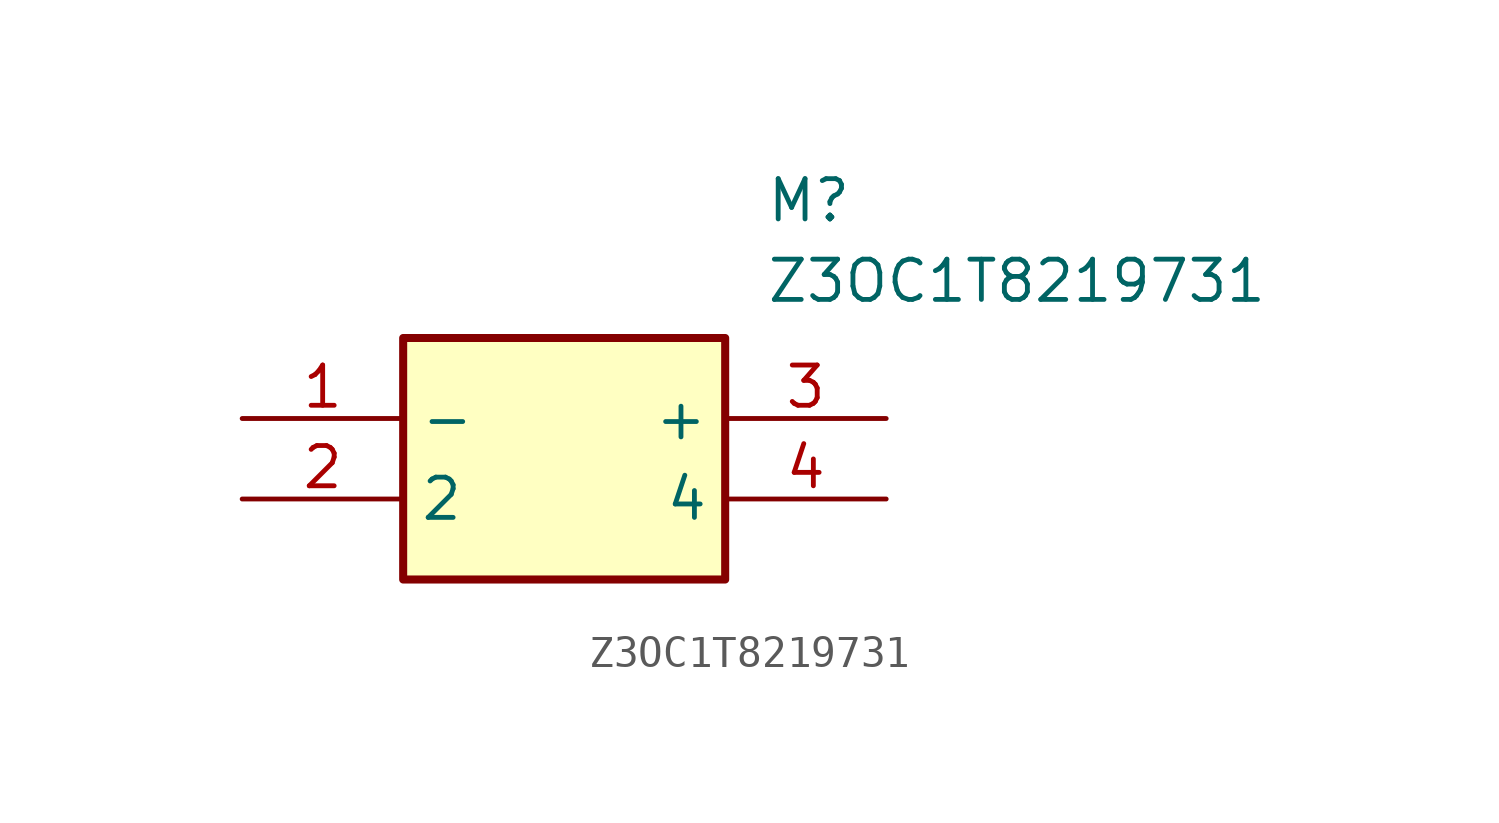
<source format=kicad_sym>
(kicad_symbol_lib
  (version 20211014)
  (generator SamacSys_ECAD_Model)
  (symbol "Z3OC1T8219731"
    (property "Reference" "M"
      (at 16.51 7.62 0)
      (effects (font (size 1.27 1.27)) (justify left top)))
    (property "Value" "Z3OC1T8219731"
      (at 16.51 5.08 0)
      (effects (font (size 1.27 1.27)) (justify left top)))
    (rectangle
      (start 5.08 2.54)
      (end 15.24 -5.08)
      (stroke (width 0.254) (type default))
      (fill (type background)))
    (pin passive line
      (at 0 0 0)
      (length 5.08)
      (name "-" (effects (font (size 1.27 1.27))))
      (number "1" (effects (font (size 1.27 1.27)))))
    (pin passive line
      (at 0 -2.54 0)
      (length 5.08)
      (name "2" (effects (font (size 1.27 1.27))))
      (number "2" (effects (font (size 1.27 1.27)))))
    (pin passive line
      (at 20.32 0 180)
      (length 5.08)
      (name "+" (effects (font (size 1.27 1.27))))
      (number "3" (effects (font (size 1.27 1.27)))))
    (pin passive line
      (at 20.32 -2.54 180)
      (length 5.08)
      (name "4" (effects (font (size 1.27 1.27))))
      (number "4" (effects (font (size 1.27 1.27)))))))
</source>
